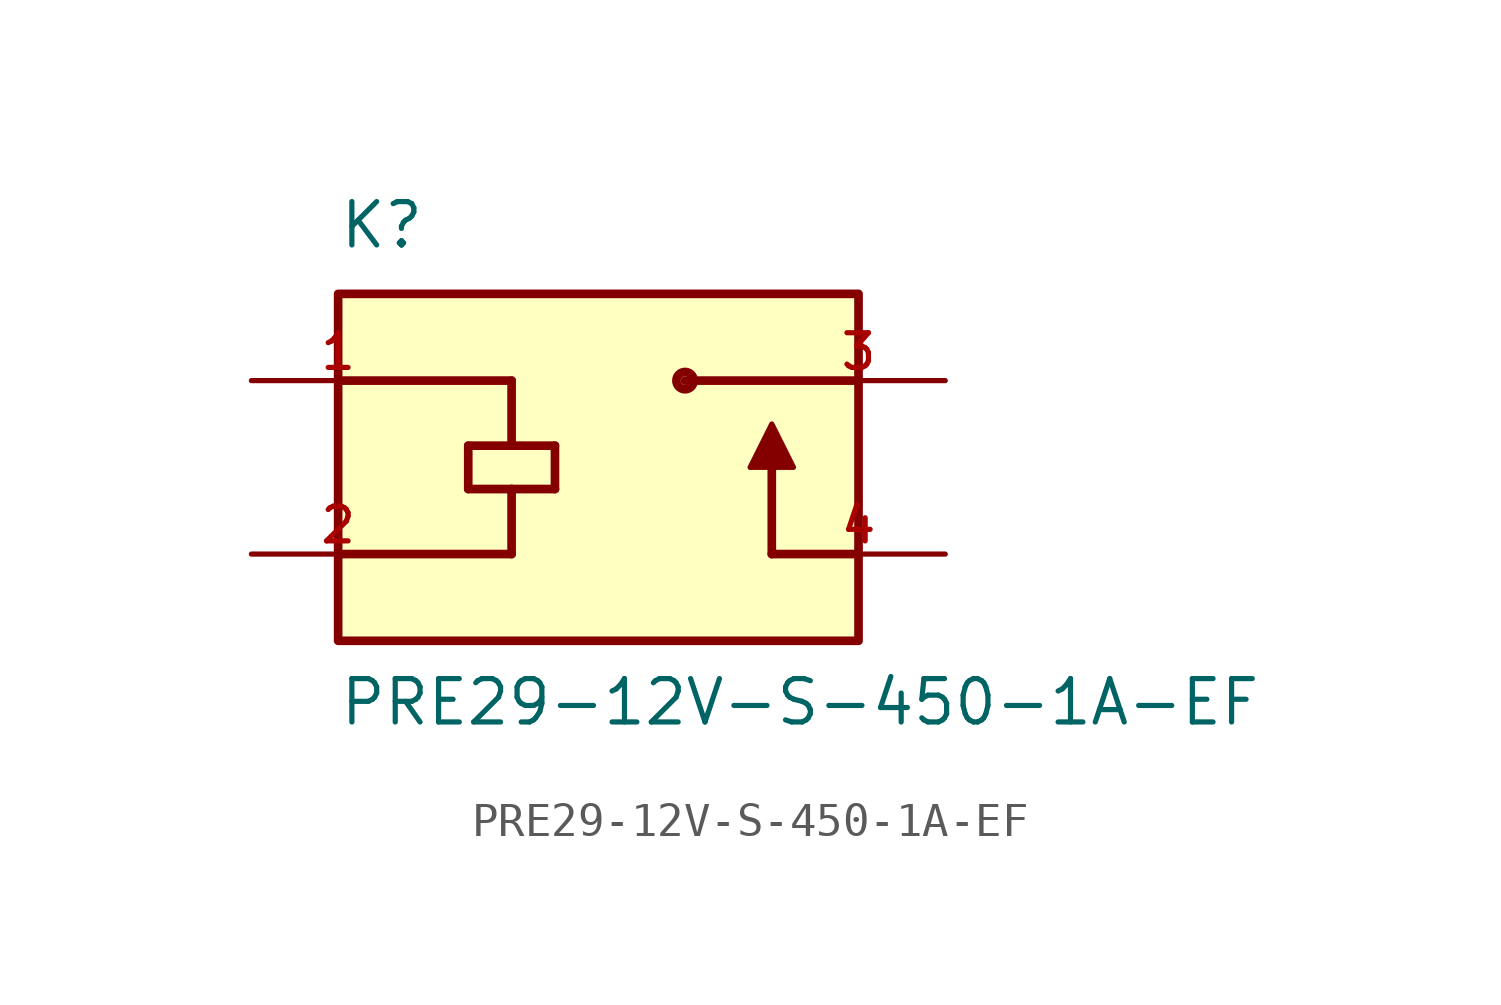
<source format=kicad_sym>
(kicad_symbol_lib
  (version 20211014)
  (generator kicad_symbol_editor)
  (symbol "PRE29-12V-S-450-1A-EF"
    (pin_names
      (offset 1.016))
    (property "Reference" "K"
      (at -7.62 6.35 0)
      (effects (font (size 1.27 1.27)) (justify bottom left)))
    (property "Value" "PRE29-12V-S-450-1A-EF"
      (at -7.62 -7.62 0)
      (effects (font (size 1.27 1.27)) (justify bottom left)))
    (symbol "PRE29-12V-S-450-1A-EF_0_0"
      (polyline (pts (xy 7.62 2.54) (xy 2.54 2.54)) (stroke (width 0.254)))
      (polyline (pts (xy 7.62 -2.54) (xy 5.08 -2.54)) (stroke (width 0.254)))
      (polyline (pts (xy 5.08 -2.54) (xy 5.08 0.0)) (stroke (width 0.254)))
      (polyline (pts (xy 4.445 0.0) (xy 5.715 0.0) (xy 5.08 1.27) (xy 4.445 0.0)) (stroke (width 0.152)) (fill (type outline)))
      (circle (center 2.54 2.54) (radius 0.254) (stroke (width 0.254)) (fill (type none)))
      (polyline (pts (xy -7.62 2.54) (xy -2.54 2.54)) (stroke (width 0.254)))
      (polyline (pts (xy -3.81 0.635) (xy -2.54 0.635)) (stroke (width 0.254)))
      (polyline (pts (xy -2.54 0.635) (xy -1.27 0.635)) (stroke (width 0.254)))
      (polyline (pts (xy -1.27 0.635) (xy -1.27 -0.635)) (stroke (width 0.254)))
      (polyline (pts (xy -1.27 -0.635) (xy -2.54 -0.635)) (stroke (width 0.254)))
      (polyline (pts (xy -2.54 -0.635) (xy -3.81 -0.635)) (stroke (width 0.254)))
      (polyline (pts (xy -3.81 -0.635) (xy -3.81 0.635)) (stroke (width 0.254)))
      (polyline (pts (xy -7.62 -2.54) (xy -2.54 -2.54)) (stroke (width 0.254)))
      (polyline (pts (xy -2.54 2.54) (xy -2.54 0.635)) (stroke (width 0.254)))
      (polyline (pts (xy -2.54 -0.635) (xy -2.54 -2.54)) (stroke (width 0.254)))
      (rectangle (start -7.62 -5.08) (end 7.62 5.08) (stroke (width 0.254)) (fill (type background)))
      (pin passive line (at 10.16 2.54 180.0) (length 5.08) (name "~" (effects (font (size 1.016 1.016)))) (number "3" (effects (font (size 1.016 1.016)))))
      (pin passive line (at 10.16 -2.54 180.0) (length 5.08) (name "~" (effects (font (size 1.016 1.016)))) (number "4" (effects (font (size 1.016 1.016)))))
      (pin passive line (at -10.16 2.54 0) (length 5.08) (name "~" (effects (font (size 1.016 1.016)))) (number "1" (effects (font (size 1.016 1.016)))))
      (pin passive line (at -10.16 -2.54 0) (length 5.08) (name "~" (effects (font (size 1.016 1.016)))) (number "2" (effects (font (size 1.016 1.016))))))))
</source>
